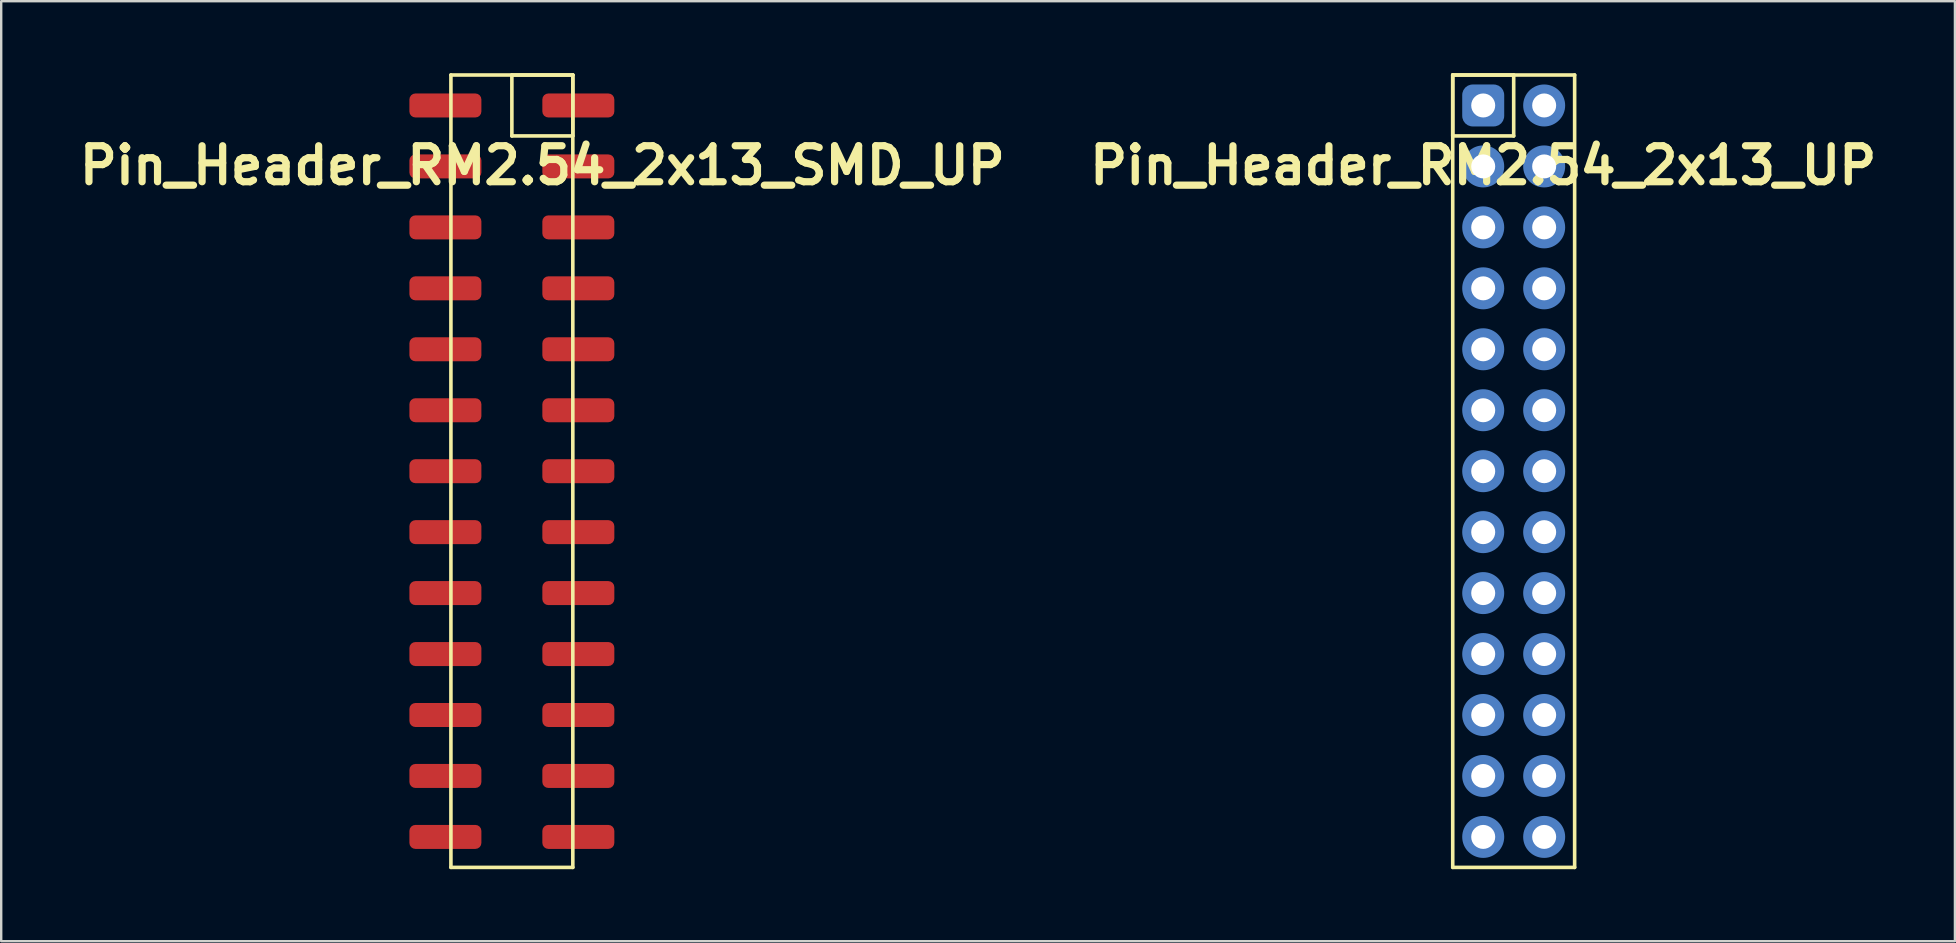
<source format=kicad_pcb>
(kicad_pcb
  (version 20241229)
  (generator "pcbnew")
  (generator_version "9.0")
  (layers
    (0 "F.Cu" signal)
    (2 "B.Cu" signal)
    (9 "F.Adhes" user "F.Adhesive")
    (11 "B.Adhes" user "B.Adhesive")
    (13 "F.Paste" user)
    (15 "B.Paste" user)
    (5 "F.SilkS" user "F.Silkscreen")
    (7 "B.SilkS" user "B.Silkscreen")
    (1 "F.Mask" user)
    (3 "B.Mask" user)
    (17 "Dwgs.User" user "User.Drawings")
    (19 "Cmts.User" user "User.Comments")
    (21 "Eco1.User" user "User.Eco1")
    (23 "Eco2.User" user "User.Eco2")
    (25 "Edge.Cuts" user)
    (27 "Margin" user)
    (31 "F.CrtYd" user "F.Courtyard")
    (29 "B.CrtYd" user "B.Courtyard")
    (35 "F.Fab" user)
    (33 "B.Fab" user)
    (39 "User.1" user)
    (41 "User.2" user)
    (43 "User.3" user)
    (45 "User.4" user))
  (footprint "Pin_Header_RM2.54_2x13_SMD_UP"
    (layer "F.Cu")
    (at 19.55 1.345)
    (property "Reference" "Pin_Header_RM2.54_2x13_SMD_UP" (at 0 2.5 0) (layer "F.SilkS") (effects (font (size 1.5 1.5) (thickness 0.3))))
    (attr through_hole)
    (fp_line (start -3.81 -1.27) (end 1.27 -1.27) (stroke (width 0.15) (type solid)) (layer "F.SilkS"))
    (fp_line (start -3.81 31.75) (end -3.81 -1.27) (stroke (width 0.15) (type solid)) (layer "F.SilkS"))
    (fp_line (start -1.27 -1.27) (end 1.27 -1.27) (stroke (width 0.15) (type solid)) (layer "F.SilkS"))
    (fp_line (start -1.27 1.27) (end -1.27 -1.27) (stroke (width 0.15) (type solid)) (layer "F.SilkS"))
    (fp_line (start 1.27 -1.27) (end 1.27 1.27) (stroke (width 0.15) (type solid)) (layer "F.SilkS"))
    (fp_line (start 1.27 -1.27) (end 1.27 31.75) (stroke (width 0.15) (type solid)) (layer "F.SilkS"))
    (fp_line (start 1.27 1.27) (end -1.27 1.27) (stroke (width 0.15) (type solid)) (layer "F.SilkS"))
    (fp_line (start 1.27 31.75) (end -3.81 31.75) (stroke (width 0.15) (type solid)) (layer "F.SilkS"))
    (pad "1" smd roundrect (at 1.5 0) (size 3 1) (layers "F.Cu" "F.Mask" "F.Paste") (roundrect_rratio 0.25))
    (pad "2" smd roundrect (at -4.04 0) (size 3 1) (layers "F.Cu" "F.Mask" "F.Paste") (roundrect_rratio 0.25))
    (pad "3" smd roundrect (at 1.5 2.54) (size 3 1) (layers "F.Cu" "F.Mask" "F.Paste") (roundrect_rratio 0.25))
    (pad "4" smd roundrect (at -4.04 2.54) (size 3 1) (layers "F.Cu" "F.Mask" "F.Paste") (roundrect_rratio 0.25))
    (pad "5" smd roundrect (at 1.5 5.08) (size 3 1) (layers "F.Cu" "F.Mask" "F.Paste") (roundrect_rratio 0.25))
    (pad "6" smd roundrect (at -4.04 5.08) (size 3 1) (layers "F.Cu" "F.Mask" "F.Paste") (roundrect_rratio 0.25))
    (pad "7" smd roundrect (at 1.5 7.62) (size 3 1) (layers "F.Cu" "F.Mask" "F.Paste") (roundrect_rratio 0.25))
    (pad "8" smd roundrect (at -4.04 7.62) (size 3 1) (layers "F.Cu" "F.Mask" "F.Paste") (roundrect_rratio 0.25))
    (pad "9" smd roundrect (at 1.5 10.16) (size 3 1) (layers "F.Cu" "F.Mask" "F.Paste") (roundrect_rratio 0.25))
    (pad "10" smd roundrect (at -4.04 10.16) (size 3 1) (layers "F.Cu" "F.Mask" "F.Paste") (roundrect_rratio 0.25))
    (pad "11" smd roundrect (at 1.5 12.7) (size 3 1) (layers "F.Cu" "F.Mask" "F.Paste") (roundrect_rratio 0.25))
    (pad "12" smd roundrect (at -4.04 12.7) (size 3 1) (layers "F.Cu" "F.Mask" "F.Paste") (roundrect_rratio 0.25))
    (pad "13" smd roundrect (at 1.5 15.24) (size 3 1) (layers "F.Cu" "F.Mask" "F.Paste") (roundrect_rratio 0.25))
    (pad "14" smd roundrect (at -4.04 15.24) (size 3 1) (layers "F.Cu" "F.Mask" "F.Paste") (roundrect_rratio 0.25))
    (pad "15" smd roundrect (at 1.5 17.78) (size 3 1) (layers "F.Cu" "F.Mask" "F.Paste") (roundrect_rratio 0.25))
    (pad "16" smd roundrect (at -4.04 17.78) (size 3 1) (layers "F.Cu" "F.Mask" "F.Paste") (roundrect_rratio 0.25))
    (pad "17" smd roundrect (at 1.5 20.32) (size 3 1) (layers "F.Cu" "F.Mask" "F.Paste") (roundrect_rratio 0.25))
    (pad "18" smd roundrect (at -4.04 20.32) (size 3 1) (layers "F.Cu" "F.Mask" "F.Paste") (roundrect_rratio 0.25))
    (pad "19" smd roundrect (at 1.5 22.86) (size 3 1) (layers "F.Cu" "F.Mask" "F.Paste") (roundrect_rratio 0.25))
    (pad "20" smd roundrect (at -4.04 22.86) (size 3 1) (layers "F.Cu" "F.Mask" "F.Paste") (roundrect_rratio 0.25))
    (pad "21" smd roundrect (at 1.5 25.4) (size 3 1) (layers "F.Cu" "F.Mask" "F.Paste") (roundrect_rratio 0.25))
    (pad "22" smd roundrect (at -4.04 25.4) (size 3 1) (layers "F.Cu" "F.Mask" "F.Paste") (roundrect_rratio 0.25))
    (pad "23" smd roundrect (at 1.5 27.94) (size 3 1) (layers "F.Cu" "F.Mask" "F.Paste") (roundrect_rratio 0.25))
    (pad "24" smd roundrect (at -4.04 27.94) (size 3 1) (layers "F.Cu" "F.Mask" "F.Paste") (roundrect_rratio 0.25))
    (pad "25" smd roundrect (at 1.5 30.48) (size 3 1) (layers "F.Cu" "F.Mask" "F.Paste") (roundrect_rratio 0.25))
    (pad "26" smd roundrect (at -4.04 30.48) (size 3 1) (layers "F.Cu" "F.Mask" "F.Paste") (roundrect_rratio 0.25)))
  (footprint "Pin_Header_RM2.54_2x13_UP"
    (layer "F.Cu")
    (at 58.757 1.345)
    (property "Reference" "Pin_Header_RM2.54_2x13_UP" (at 0 2.5 0) (layer "F.SilkS") (effects (font (size 1.5 1.5) (thickness 0.3))))
    (attr through_hole)
    (fp_line (start -1.27 -1.27) (end 1.27 -1.27) (stroke (width 0.15) (type solid)) (layer "F.SilkS"))
    (fp_line (start -1.27 -1.27) (end 3.81 -1.27) (stroke (width 0.15) (type solid)) (layer "F.SilkS"))
    (fp_line (start -1.27 1.27) (end -1.27 -1.27) (stroke (width 0.15) (type solid)) (layer "F.SilkS"))
    (fp_line (start -1.27 31.75) (end -1.27 -1.27) (stroke (width 0.15) (type solid)) (layer "F.SilkS"))
    (fp_line (start 1.27 -1.27) (end 1.27 1.27) (stroke (width 0.15) (type solid)) (layer "F.SilkS"))
    (fp_line (start 1.27 1.27) (end -1.27 1.27) (stroke (width 0.15) (type solid)) (layer "F.SilkS"))
    (fp_line (start 3.81 -1.27) (end 3.81 31.75) (stroke (width 0.15) (type solid)) (layer "F.SilkS"))
    (fp_line (start 3.81 31.75) (end -1.27 31.75) (stroke (width 0.15) (type solid)) (layer "F.SilkS"))
    (pad "1" thru_hole circle (at 0 0) (size 1.3 1.3) (drill 1) (layers "*.Cu" "*.Mask"))
    (pad "1" smd roundrect (at 0 0) (size 1.75 1.75) (layers "B.Cu" "B.Mask") (roundrect_rratio 0.25))
    (pad "2" thru_hole circle (at 2.54 0) (size 1.3 1.3) (drill 1) (layers "*.Cu" "*.Mask"))
    (pad "2" smd circle (at 2.54 0) (size 1.75 1.75) (layers "B.Cu" "B.Mask"))
    (pad "3" thru_hole circle (at 0 2.54) (size 1.3 1.3) (drill 1) (layers "*.Cu" "*.Mask"))
    (pad "3" smd circle (at 0 2.54) (size 1.75 1.75) (layers "B.Cu" "B.Mask"))
    (pad "4" thru_hole circle (at 2.54 2.54) (size 1.3 1.3) (drill 1) (layers "*.Cu" "*.Mask"))
    (pad "4" smd circle (at 2.54 2.54) (size 1.75 1.75) (layers "B.Cu" "B.Mask"))
    (pad "5" thru_hole circle (at 0 5.08) (size 1.3 1.3) (drill 1) (layers "*.Cu" "*.Mask"))
    (pad "5" smd circle (at 0 5.08) (size 1.75 1.75) (layers "B.Cu" "B.Mask"))
    (pad "6" thru_hole circle (at 2.54 5.08) (size 1.3 1.3) (drill 1) (layers "*.Cu" "*.Mask"))
    (pad "6" smd circle (at 2.54 5.08) (size 1.75 1.75) (layers "B.Cu" "B.Mask"))
    (pad "7" thru_hole circle (at 0 7.62) (size 1.3 1.3) (drill 1) (layers "*.Cu" "*.Mask"))
    (pad "7" smd circle (at 0 7.62) (size 1.75 1.75) (layers "B.Cu" "B.Mask"))
    (pad "8" thru_hole circle (at 2.54 7.62) (size 1.3 1.3) (drill 1) (layers "*.Cu" "*.Mask"))
    (pad "8" smd circle (at 2.54 7.62) (size 1.75 1.75) (layers "B.Cu" "B.Mask"))
    (pad "9" thru_hole circle (at 0 10.16) (size 1.3 1.3) (drill 1) (layers "*.Cu" "*.Mask"))
    (pad "9" smd circle (at 0 10.16) (size 1.75 1.75) (layers "B.Cu" "B.Mask"))
    (pad "10" thru_hole circle (at 2.54 10.16) (size 1.3 1.3) (drill 1) (layers "*.Cu" "*.Mask"))
    (pad "10" smd circle (at 2.54 10.16) (size 1.75 1.75) (layers "B.Cu" "B.Mask"))
    (pad "11" thru_hole circle (at 0 12.7) (size 1.3 1.3) (drill 1) (layers "*.Cu" "*.Mask"))
    (pad "11" smd circle (at 0 12.7) (size 1.75 1.75) (layers "B.Cu" "B.Mask"))
    (pad "12" thru_hole circle (at 2.54 12.7) (size 1.3 1.3) (drill 1) (layers "*.Cu" "*.Mask"))
    (pad "12" smd circle (at 2.54 12.7) (size 1.75 1.75) (layers "B.Cu" "B.Mask"))
    (pad "13" thru_hole circle (at 0 15.24) (size 1.3 1.3) (drill 1) (layers "*.Cu" "*.Mask"))
    (pad "13" smd circle (at 0 15.24) (size 1.75 1.75) (layers "B.Cu" "B.Mask"))
    (pad "14" thru_hole circle (at 2.54 15.24) (size 1.3 1.3) (drill 1) (layers "*.Cu" "*.Mask"))
    (pad "14" smd circle (at 2.54 15.24) (size 1.75 1.75) (layers "B.Cu" "B.Mask"))
    (pad "15" thru_hole circle (at 0 17.78) (size 1.3 1.3) (drill 1) (layers "*.Cu" "*.Mask"))
    (pad "15" smd circle (at 0 17.78) (size 1.75 1.75) (layers "B.Cu" "B.Mask"))
    (pad "16" thru_hole circle (at 2.54 17.78) (size 1.3 1.3) (drill 1) (layers "*.Cu" "*.Mask"))
    (pad "16" smd circle (at 2.54 17.78) (size 1.75 1.75) (layers "B.Cu" "B.Mask"))
    (pad "17" thru_hole circle (at 0 20.32) (size 1.3 1.3) (drill 1) (layers "*.Cu" "*.Mask"))
    (pad "17" smd circle (at 0 20.32) (size 1.75 1.75) (layers "B.Cu" "B.Mask"))
    (pad "18" thru_hole circle (at 2.54 20.32) (size 1.3 1.3) (drill 1) (layers "*.Cu" "*.Mask"))
    (pad "18" smd circle (at 2.54 20.32) (size 1.75 1.75) (layers "B.Cu" "B.Mask"))
    (pad "19" thru_hole circle (at 0 22.86) (size 1.3 1.3) (drill 1) (layers "*.Cu" "*.Mask"))
    (pad "19" smd circle (at 0 22.86) (size 1.75 1.75) (layers "B.Cu" "B.Mask"))
    (pad "20" thru_hole circle (at 2.54 22.86) (size 1.3 1.3) (drill 1) (layers "*.Cu" "*.Mask"))
    (pad "20" smd circle (at 2.54 22.86) (size 1.75 1.75) (layers "B.Cu" "B.Mask"))
    (pad "21" thru_hole circle (at 0 25.4) (size 1.3 1.3) (drill 1) (layers "*.Cu" "*.Mask"))
    (pad "21" smd circle (at 0 25.4) (size 1.75 1.75) (layers "B.Cu" "B.Mask"))
    (pad "22" thru_hole circle (at 2.54 25.4) (size 1.3 1.3) (drill 1) (layers "*.Cu" "*.Mask"))
    (pad "22" smd circle (at 2.54 25.4) (size 1.75 1.75) (layers "B.Cu" "B.Mask"))
    (pad "23" thru_hole circle (at 0 27.94) (size 1.3 1.3) (drill 1) (layers "*.Cu" "*.Mask"))
    (pad "23" smd circle (at 0 27.94) (size 1.75 1.75) (layers "B.Cu" "B.Mask"))
    (pad "24" thru_hole circle (at 2.54 27.94) (size 1.3 1.3) (drill 1) (layers "*.Cu" "*.Mask"))
    (pad "24" smd circle (at 2.54 27.94) (size 1.75 1.75) (layers "B.Cu" "B.Mask"))
    (pad "25" thru_hole circle (at 0 30.48) (size 1.3 1.3) (drill 1) (layers "*.Cu" "*.Mask"))
    (pad "25" smd circle (at 0 30.48) (size 1.75 1.75) (layers "B.Cu" "B.Mask"))
    (pad "26" thru_hole circle (at 2.54 30.48) (size 1.3 1.3) (drill 1) (layers "*.Cu" "*.Mask"))
    (pad "26" smd circle (at 2.54 30.48) (size 1.75 1.75) (layers "B.Cu" "B.Mask")))
  (gr_rect
    (start -3 -3)
    (end 78.414 36.17)
    (stroke (width 0.1) (type default))
    (fill no)
    (layer "Edge.Cuts")))
</source>
